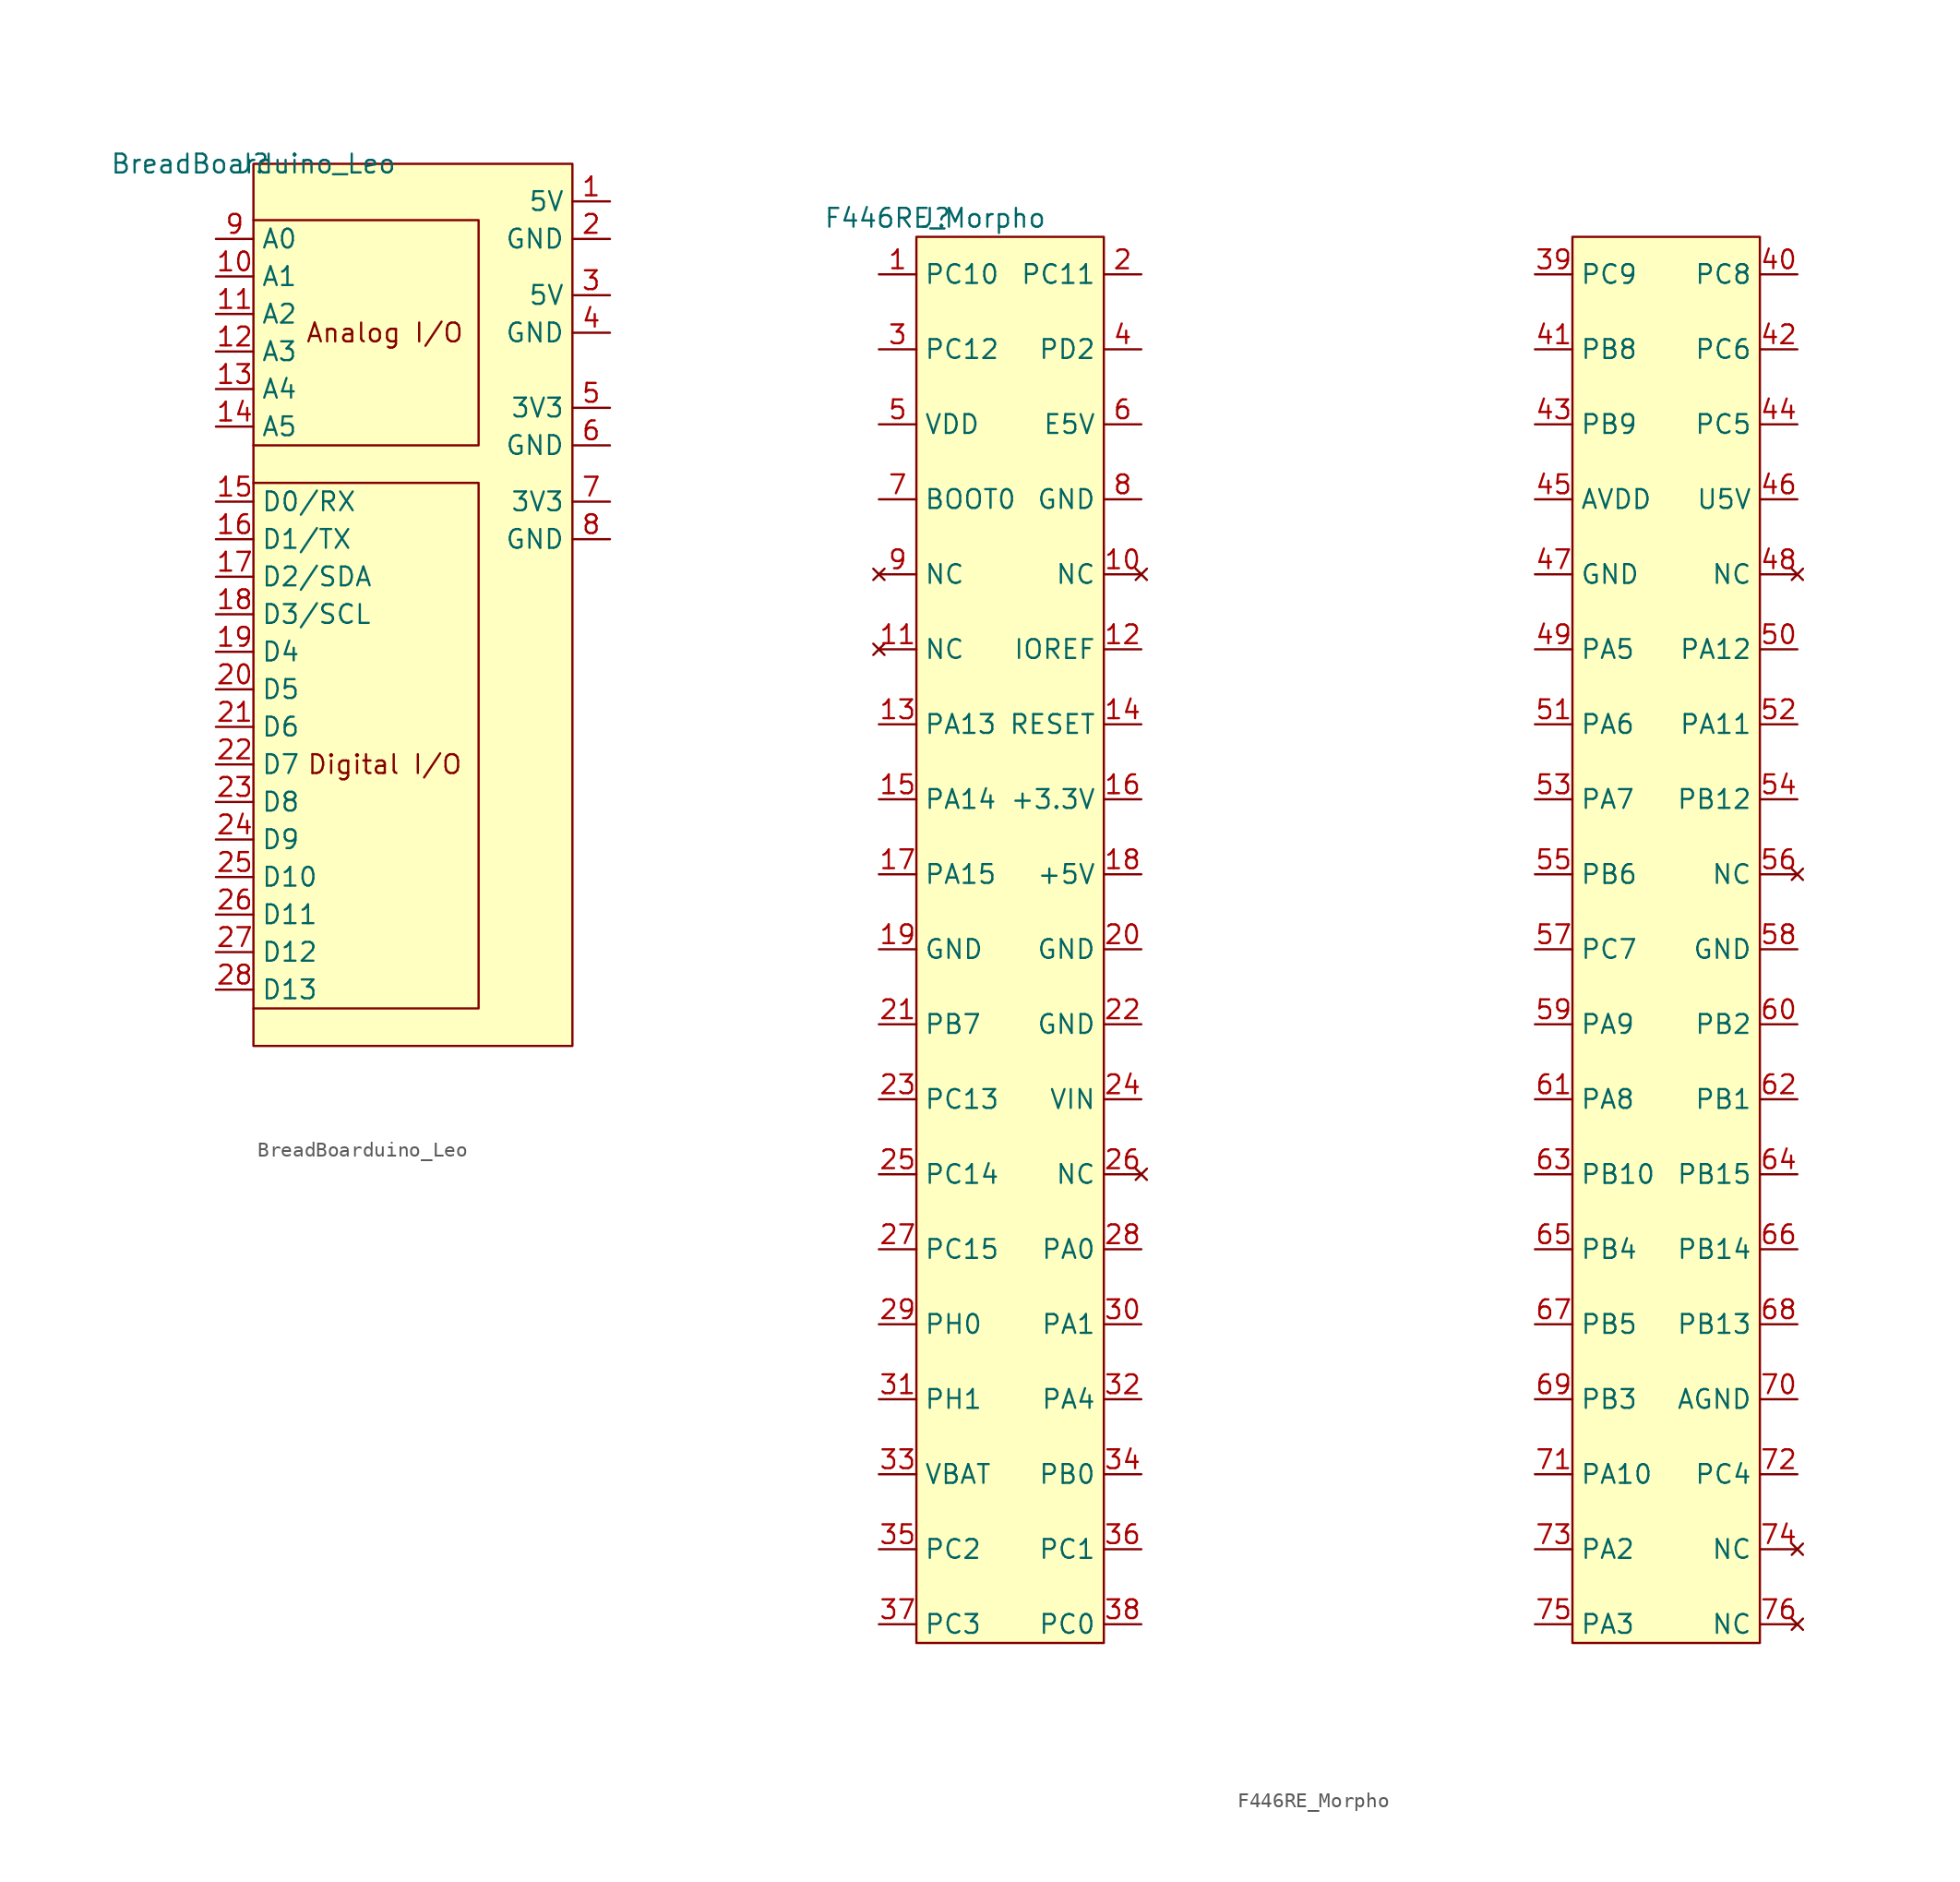
<source format=kicad_sym>
(kicad_symbol_lib
  (version 20211014)
  (generator kicad_symbol_editor)
  (symbol "BreadBoarduino_Leo"
    (property "Reference" "J"
      (at 0 0 0)
      (effects (font (size 1.27 1.27))))
    (property "Value" "BreadBoarduino_Leo"
      (at 0 0 0)
      (effects (font (size 1.27 1.27))))
    (symbol "BreadBoarduino_Leo_0_0"
      (polyline (pts (xy 0 -21.59) (xy 15.24 -21.59) (xy 15.24 -57.15) (xy 0 -57.15)) (stroke (width 0) (type default) (color 0 0 0 0)) (fill (type none)))
      (polyline (pts (xy 0 -19.05) (xy 15.24 -19.05) (xy 15.24 -3.81) (xy 0 -3.81)) (stroke (width 0) (type default) (color 0 0 0 0)) (fill (type none)))
      (text "Analog I/O" (at 8.89 -11.43 0) (effects (font (size 1.27 1.27))))
      (text "Digital I/O" (at 8.89 -40.64 0) (effects (font (size 1.27 1.27)))))
    (symbol "BreadBoarduino_Leo_0_1"
      (rectangle (start 0 0) (end 21.59 -59.69) (stroke (width 0) (type default) (color 0 0 0 0)) (fill (type background))))
    (symbol "BreadBoarduino_Leo_1_1"
      (pin input line (at 24.13 -2.54 180) (length 2.54) (name "5V" (effects (font (size 1.27 1.27)))) (number "1" (effects (font (size 1.27 1.27)))))
      (pin input line (at -2.54 -7.62 0) (length 2.54) (name "A1" (effects (font (size 1.27 1.27)))) (number "10" (effects (font (size 1.27 1.27)))))
      (pin input line (at -2.54 -10.16 0) (length 2.54) (name "A2" (effects (font (size 1.27 1.27)))) (number "11" (effects (font (size 1.27 1.27)))))
      (pin input line (at -2.54 -12.7 0) (length 2.54) (name "A3" (effects (font (size 1.27 1.27)))) (number "12" (effects (font (size 1.27 1.27)))))
      (pin input line (at -2.54 -15.24 0) (length 2.54) (name "A4" (effects (font (size 1.27 1.27)))) (number "13" (effects (font (size 1.27 1.27)))))
      (pin input line (at -2.54 -17.78 0) (length 2.54) (name "A5" (effects (font (size 1.27 1.27)))) (number "14" (effects (font (size 1.27 1.27)))))
      (pin input line (at -2.54 -22.86 0) (length 2.54) (name "D0/RX" (effects (font (size 1.27 1.27)))) (number "15" (effects (font (size 1.27 1.27)))))
      (pin input line (at -2.54 -25.4 0) (length 2.54) (name "D1/TX" (effects (font (size 1.27 1.27)))) (number "16" (effects (font (size 1.27 1.27)))))
      (pin input line (at -2.54 -27.94 0) (length 2.54) (name "D2/SDA" (effects (font (size 1.27 1.27)))) (number "17" (effects (font (size 1.27 1.27)))))
      (pin input line (at -2.54 -30.48 0) (length 2.54) (name "D3/SCL" (effects (font (size 1.27 1.27)))) (number "18" (effects (font (size 1.27 1.27)))))
      (pin input line (at -2.54 -33.02 0) (length 2.54) (name "D4" (effects (font (size 1.27 1.27)))) (number "19" (effects (font (size 1.27 1.27)))))
      (pin input line (at 24.13 -5.08 180) (length 2.54) (name "GND" (effects (font (size 1.27 1.27)))) (number "2" (effects (font (size 1.27 1.27)))))
      (pin input line (at -2.54 -35.56 0) (length 2.54) (name "D5" (effects (font (size 1.27 1.27)))) (number "20" (effects (font (size 1.27 1.27)))))
      (pin input line (at -2.54 -38.1 0) (length 2.54) (name "D6" (effects (font (size 1.27 1.27)))) (number "21" (effects (font (size 1.27 1.27)))))
      (pin input line (at -2.54 -40.64 0) (length 2.54) (name "D7" (effects (font (size 1.27 1.27)))) (number "22" (effects (font (size 1.27 1.27)))))
      (pin input line (at -2.54 -43.18 0) (length 2.54) (name "D8" (effects (font (size 1.27 1.27)))) (number "23" (effects (font (size 1.27 1.27)))))
      (pin input line (at -2.54 -45.72 0) (length 2.54) (name "D9" (effects (font (size 1.27 1.27)))) (number "24" (effects (font (size 1.27 1.27)))))
      (pin input line (at -2.54 -48.26 0) (length 2.54) (name "D10" (effects (font (size 1.27 1.27)))) (number "25" (effects (font (size 1.27 1.27)))))
      (pin input line (at -2.54 -50.8 0) (length 2.54) (name "D11" (effects (font (size 1.27 1.27)))) (number "26" (effects (font (size 1.27 1.27)))))
      (pin input line (at -2.54 -53.34 0) (length 2.54) (name "D12" (effects (font (size 1.27 1.27)))) (number "27" (effects (font (size 1.27 1.27)))))
      (pin input line (at -2.54 -55.88 0) (length 2.54) (name "D13" (effects (font (size 1.27 1.27)))) (number "28" (effects (font (size 1.27 1.27)))))
      (pin input line (at 24.13 -8.89 180) (length 2.54) (name "5V" (effects (font (size 1.27 1.27)))) (number "3" (effects (font (size 1.27 1.27)))))
      (pin input line (at 24.13 -11.43 180) (length 2.54) (name "GND" (effects (font (size 1.27 1.27)))) (number "4" (effects (font (size 1.27 1.27)))))
      (pin input line (at 24.13 -16.51 180) (length 2.54) (name "3V3" (effects (font (size 1.27 1.27)))) (number "5" (effects (font (size 1.27 1.27)))))
      (pin input line (at 24.13 -19.05 180) (length 2.54) (name "GND" (effects (font (size 1.27 1.27)))) (number "6" (effects (font (size 1.27 1.27)))))
      (pin input line (at 24.13 -22.86 180) (length 2.54) (name "3V3" (effects (font (size 1.27 1.27)))) (number "7" (effects (font (size 1.27 1.27)))))
      (pin input line (at 24.13 -25.4 180) (length 2.54) (name "GND" (effects (font (size 1.27 1.27)))) (number "8" (effects (font (size 1.27 1.27)))))
      (pin input line (at -2.54 -5.08 0) (length 2.54) (name "A0" (effects (font (size 1.27 1.27)))) (number "9" (effects (font (size 1.27 1.27)))))))
  (symbol "F446RE_Morpho"
    (property "Reference" "J"
      (at 0 0 0)
      (effects (font (size 1.27 1.27))))
    (property "Value" "F446RE_Morpho"
      (at 0 0 0)
      (effects (font (size 1.27 1.27))))
    (symbol "F446RE_Morpho_0_0"
      (pin no_connect line (at 13.97 -24.13 180) (length 2.54) (name "NC" (effects (font (size 1.27 1.27)))) (number "10" (effects (font (size 1.27 1.27)))))
      (pin no_connect line (at -3.81 -29.21 0) (length 2.54) (name "NC" (effects (font (size 1.27 1.27)))) (number "11" (effects (font (size 1.27 1.27)))))
      (pin input line (at 13.97 -29.21 180) (length 2.54) (name "IOREF" (effects (font (size 1.27 1.27)))) (number "12" (effects (font (size 1.27 1.27)))))
      (pin input line (at -3.81 -34.29 0) (length 2.54) (name "PA13" (effects (font (size 1.27 1.27)))) (number "13" (effects (font (size 1.27 1.27)))))
      (pin input line (at 13.97 -34.29 180) (length 2.54) (name "RESET" (effects (font (size 1.27 1.27)))) (number "14" (effects (font (size 1.27 1.27)))))
      (pin input line (at -3.81 -39.37 0) (length 2.54) (name "PA14" (effects (font (size 1.27 1.27)))) (number "15" (effects (font (size 1.27 1.27)))))
      (pin input line (at 13.97 -39.37 180) (length 2.54) (name "+3.3V" (effects (font (size 1.27 1.27)))) (number "16" (effects (font (size 1.27 1.27)))))
      (pin input line (at -3.81 -44.45 0) (length 2.54) (name "PA15" (effects (font (size 1.27 1.27)))) (number "17" (effects (font (size 1.27 1.27)))))
      (pin input line (at 13.97 -44.45 180) (length 2.54) (name "+5V" (effects (font (size 1.27 1.27)))) (number "18" (effects (font (size 1.27 1.27)))))
      (pin input line (at -3.81 -49.53 0) (length 2.54) (name "GND" (effects (font (size 1.27 1.27)))) (number "19" (effects (font (size 1.27 1.27)))))
      (pin input line (at 13.97 -3.81 180) (length 2.54) (name "PC11" (effects (font (size 1.27 1.27)))) (number "2" (effects (font (size 1.27 1.27)))))
      (pin input line (at 13.97 -49.53 180) (length 2.54) (name "GND" (effects (font (size 1.27 1.27)))) (number "20" (effects (font (size 1.27 1.27)))))
      (pin input line (at -3.81 -54.61 0) (length 2.54) (name "PB7" (effects (font (size 1.27 1.27)))) (number "21" (effects (font (size 1.27 1.27)))))
      (pin input line (at 13.97 -54.61 180) (length 2.54) (name "GND" (effects (font (size 1.27 1.27)))) (number "22" (effects (font (size 1.27 1.27)))))
      (pin input line (at -3.81 -59.69 0) (length 2.54) (name "PC13" (effects (font (size 1.27 1.27)))) (number "23" (effects (font (size 1.27 1.27)))))
      (pin input line (at 13.97 -59.69 180) (length 2.54) (name "VIN" (effects (font (size 1.27 1.27)))) (number "24" (effects (font (size 1.27 1.27)))))
      (pin input line (at -3.81 -64.77 0) (length 2.54) (name "PC14" (effects (font (size 1.27 1.27)))) (number "25" (effects (font (size 1.27 1.27)))))
      (pin no_connect line (at 13.97 -64.77 180) (length 2.54) (name "NC" (effects (font (size 1.27 1.27)))) (number "26" (effects (font (size 1.27 1.27)))))
      (pin input line (at -3.81 -69.85 0) (length 2.54) (name "PC15" (effects (font (size 1.27 1.27)))) (number "27" (effects (font (size 1.27 1.27)))))
      (pin input line (at 13.97 -69.85 180) (length 2.54) (name "PA0" (effects (font (size 1.27 1.27)))) (number "28" (effects (font (size 1.27 1.27)))))
      (pin input line (at -3.81 -74.93 0) (length 2.54) (name "PH0" (effects (font (size 1.27 1.27)))) (number "29" (effects (font (size 1.27 1.27)))))
      (pin input line (at -3.81 -8.89 0) (length 2.54) (name "PC12" (effects (font (size 1.27 1.27)))) (number "3" (effects (font (size 1.27 1.27)))))
      (pin input line (at 13.97 -74.93 180) (length 2.54) (name "PA1" (effects (font (size 1.27 1.27)))) (number "30" (effects (font (size 1.27 1.27)))))
      (pin input line (at -3.81 -80.01 0) (length 2.54) (name "PH1" (effects (font (size 1.27 1.27)))) (number "31" (effects (font (size 1.27 1.27)))))
      (pin input line (at 13.97 -80.01 180) (length 2.54) (name "PA4" (effects (font (size 1.27 1.27)))) (number "32" (effects (font (size 1.27 1.27)))))
      (pin input line (at -3.81 -85.09 0) (length 2.54) (name "VBAT" (effects (font (size 1.27 1.27)))) (number "33" (effects (font (size 1.27 1.27)))))
      (pin input line (at 13.97 -85.09 180) (length 2.54) (name "PB0" (effects (font (size 1.27 1.27)))) (number "34" (effects (font (size 1.27 1.27)))))
      (pin input line (at -3.81 -90.17 0) (length 2.54) (name "PC2" (effects (font (size 1.27 1.27)))) (number "35" (effects (font (size 1.27 1.27)))))
      (pin input line (at 13.97 -90.17 180) (length 2.54) (name "PC1" (effects (font (size 1.27 1.27)))) (number "36" (effects (font (size 1.27 1.27)))))
      (pin input line (at -3.81 -95.25 0) (length 2.54) (name "PC3" (effects (font (size 1.27 1.27)))) (number "37" (effects (font (size 1.27 1.27)))))
      (pin input line (at 13.97 -95.25 180) (length 2.54) (name "PC0" (effects (font (size 1.27 1.27)))) (number "38" (effects (font (size 1.27 1.27)))))
      (pin input line (at 13.97 -8.89 180) (length 2.54) (name "PD2" (effects (font (size 1.27 1.27)))) (number "4" (effects (font (size 1.27 1.27)))))
      (pin input line (at 58.42 -3.81 180) (length 2.54) (name "PC8" (effects (font (size 1.27 1.27)))) (number "40" (effects (font (size 1.27 1.27)))))
      (pin input line (at 40.64 -8.89 0) (length 2.54) (name "PB8" (effects (font (size 1.27 1.27)))) (number "41" (effects (font (size 1.27 1.27)))))
      (pin input line (at 58.42 -8.89 180) (length 2.54) (name "PC6" (effects (font (size 1.27 1.27)))) (number "42" (effects (font (size 1.27 1.27)))))
      (pin input line (at 40.64 -13.97 0) (length 2.54) (name "PB9" (effects (font (size 1.27 1.27)))) (number "43" (effects (font (size 1.27 1.27)))))
      (pin input line (at 58.42 -13.97 180) (length 2.54) (name "PC5" (effects (font (size 1.27 1.27)))) (number "44" (effects (font (size 1.27 1.27)))))
      (pin input line (at 40.64 -19.05 0) (length 2.54) (name "AVDD" (effects (font (size 1.27 1.27)))) (number "45" (effects (font (size 1.27 1.27)))))
      (pin input line (at 58.42 -19.05 180) (length 2.54) (name "U5V" (effects (font (size 1.27 1.27)))) (number "46" (effects (font (size 1.27 1.27)))))
      (pin input line (at 40.64 -24.13 0) (length 2.54) (name "GND" (effects (font (size 1.27 1.27)))) (number "47" (effects (font (size 1.27 1.27)))))
      (pin no_connect line (at 58.42 -24.13 180) (length 2.54) (name "NC" (effects (font (size 1.27 1.27)))) (number "48" (effects (font (size 1.27 1.27)))))
      (pin input line (at 40.64 -29.21 0) (length 2.54) (name "PA5" (effects (font (size 1.27 1.27)))) (number "49" (effects (font (size 1.27 1.27)))))
      (pin input line (at -3.81 -13.97 0) (length 2.54) (name "VDD" (effects (font (size 1.27 1.27)))) (number "5" (effects (font (size 1.27 1.27)))))
      (pin input line (at 58.42 -29.21 180) (length 2.54) (name "PA12" (effects (font (size 1.27 1.27)))) (number "50" (effects (font (size 1.27 1.27)))))
      (pin input line (at 40.64 -34.29 0) (length 2.54) (name "PA6" (effects (font (size 1.27 1.27)))) (number "51" (effects (font (size 1.27 1.27)))))
      (pin input line (at 58.42 -34.29 180) (length 2.54) (name "PA11" (effects (font (size 1.27 1.27)))) (number "52" (effects (font (size 1.27 1.27)))))
      (pin input line (at 40.64 -39.37 0) (length 2.54) (name "PA7" (effects (font (size 1.27 1.27)))) (number "53" (effects (font (size 1.27 1.27)))))
      (pin input line (at 58.42 -39.37 180) (length 2.54) (name "PB12" (effects (font (size 1.27 1.27)))) (number "54" (effects (font (size 1.27 1.27)))))
      (pin input line (at 40.64 -44.45 0) (length 2.54) (name "PB6" (effects (font (size 1.27 1.27)))) (number "55" (effects (font (size 1.27 1.27)))))
      (pin no_connect line (at 58.42 -44.45 180) (length 2.54) (name "NC" (effects (font (size 1.27 1.27)))) (number "56" (effects (font (size 1.27 1.27)))))
      (pin input line (at 40.64 -49.53 0) (length 2.54) (name "PC7" (effects (font (size 1.27 1.27)))) (number "57" (effects (font (size 1.27 1.27)))))
      (pin input line (at 58.42 -49.53 180) (length 2.54) (name "GND" (effects (font (size 1.27 1.27)))) (number "58" (effects (font (size 1.27 1.27)))))
      (pin input line (at 40.64 -54.61 0) (length 2.54) (name "PA9" (effects (font (size 1.27 1.27)))) (number "59" (effects (font (size 1.27 1.27)))))
      (pin input line (at 13.97 -13.97 180) (length 2.54) (name "E5V" (effects (font (size 1.27 1.27)))) (number "6" (effects (font (size 1.27 1.27)))))
      (pin input line (at 58.42 -54.61 180) (length 2.54) (name "PB2" (effects (font (size 1.27 1.27)))) (number "60" (effects (font (size 1.27 1.27)))))
      (pin input line (at 40.64 -59.69 0) (length 2.54) (name "PA8" (effects (font (size 1.27 1.27)))) (number "61" (effects (font (size 1.27 1.27)))))
      (pin input line (at 58.42 -59.69 180) (length 2.54) (name "PB1" (effects (font (size 1.27 1.27)))) (number "62" (effects (font (size 1.27 1.27)))))
      (pin input line (at 40.64 -64.77 0) (length 2.54) (name "PB10" (effects (font (size 1.27 1.27)))) (number "63" (effects (font (size 1.27 1.27)))))
      (pin input line (at 58.42 -64.77 180) (length 2.54) (name "PB15" (effects (font (size 1.27 1.27)))) (number "64" (effects (font (size 1.27 1.27)))))
      (pin input line (at 40.64 -69.85 0) (length 2.54) (name "PB4" (effects (font (size 1.27 1.27)))) (number "65" (effects (font (size 1.27 1.27)))))
      (pin input line (at 58.42 -69.85 180) (length 2.54) (name "PB14" (effects (font (size 1.27 1.27)))) (number "66" (effects (font (size 1.27 1.27)))))
      (pin input line (at 40.64 -74.93 0) (length 2.54) (name "PB5" (effects (font (size 1.27 1.27)))) (number "67" (effects (font (size 1.27 1.27)))))
      (pin input line (at 58.42 -74.93 180) (length 2.54) (name "PB13" (effects (font (size 1.27 1.27)))) (number "68" (effects (font (size 1.27 1.27)))))
      (pin input line (at 40.64 -80.01 0) (length 2.54) (name "PB3" (effects (font (size 1.27 1.27)))) (number "69" (effects (font (size 1.27 1.27)))))
      (pin input line (at -3.81 -19.05 0) (length 2.54) (name "BOOT0" (effects (font (size 1.27 1.27)))) (number "7" (effects (font (size 1.27 1.27)))))
      (pin input line (at 58.42 -80.01 180) (length 2.54) (name "AGND" (effects (font (size 1.27 1.27)))) (number "70" (effects (font (size 1.27 1.27)))))
      (pin input line (at 40.64 -85.09 0) (length 2.54) (name "PA10" (effects (font (size 1.27 1.27)))) (number "71" (effects (font (size 1.27 1.27)))))
      (pin input line (at 58.42 -85.09 180) (length 2.54) (name "PC4" (effects (font (size 1.27 1.27)))) (number "72" (effects (font (size 1.27 1.27)))))
      (pin input line (at 40.64 -90.17 0) (length 2.54) (name "PA2" (effects (font (size 1.27 1.27)))) (number "73" (effects (font (size 1.27 1.27)))))
      (pin no_connect line (at 58.42 -90.17 180) (length 2.54) (name "NC" (effects (font (size 1.27 1.27)))) (number "74" (effects (font (size 1.27 1.27)))))
      (pin input line (at 40.64 -95.25 0) (length 2.54) (name "PA3" (effects (font (size 1.27 1.27)))) (number "75" (effects (font (size 1.27 1.27)))))
      (pin no_connect line (at 58.42 -95.25 180) (length 2.54) (name "NC" (effects (font (size 1.27 1.27)))) (number "76" (effects (font (size 1.27 1.27)))))
      (pin input line (at 13.97 -19.05 180) (length 2.54) (name "GND" (effects (font (size 1.27 1.27)))) (number "8" (effects (font (size 1.27 1.27)))))
      (pin no_connect line (at -3.81 -24.13 0) (length 2.54) (name "NC" (effects (font (size 1.27 1.27)))) (number "9" (effects (font (size 1.27 1.27))))))
    (symbol "F446RE_Morpho_0_1"
      (rectangle (start -1.27 -96.52) (end 11.43 -1.27) (stroke (width 0) (type default) (color 0 0 0 0)) (fill (type background)))
      (rectangle (start 43.18 -1.27) (end 55.88 -96.52) (stroke (width 0) (type default) (color 0 0 0 0)) (fill (type background))))
    (symbol "F446RE_Morpho_1_1"
      (pin input line (at -3.81 -3.81 0) (length 2.54) (name "PC10" (effects (font (size 1.27 1.27)))) (number "1" (effects (font (size 1.27 1.27)))))
      (pin input line (at 40.64 -3.81 0) (length 2.54) (name "PC9" (effects (font (size 1.27 1.27)))) (number "39" (effects (font (size 1.27 1.27))))))))
</source>
